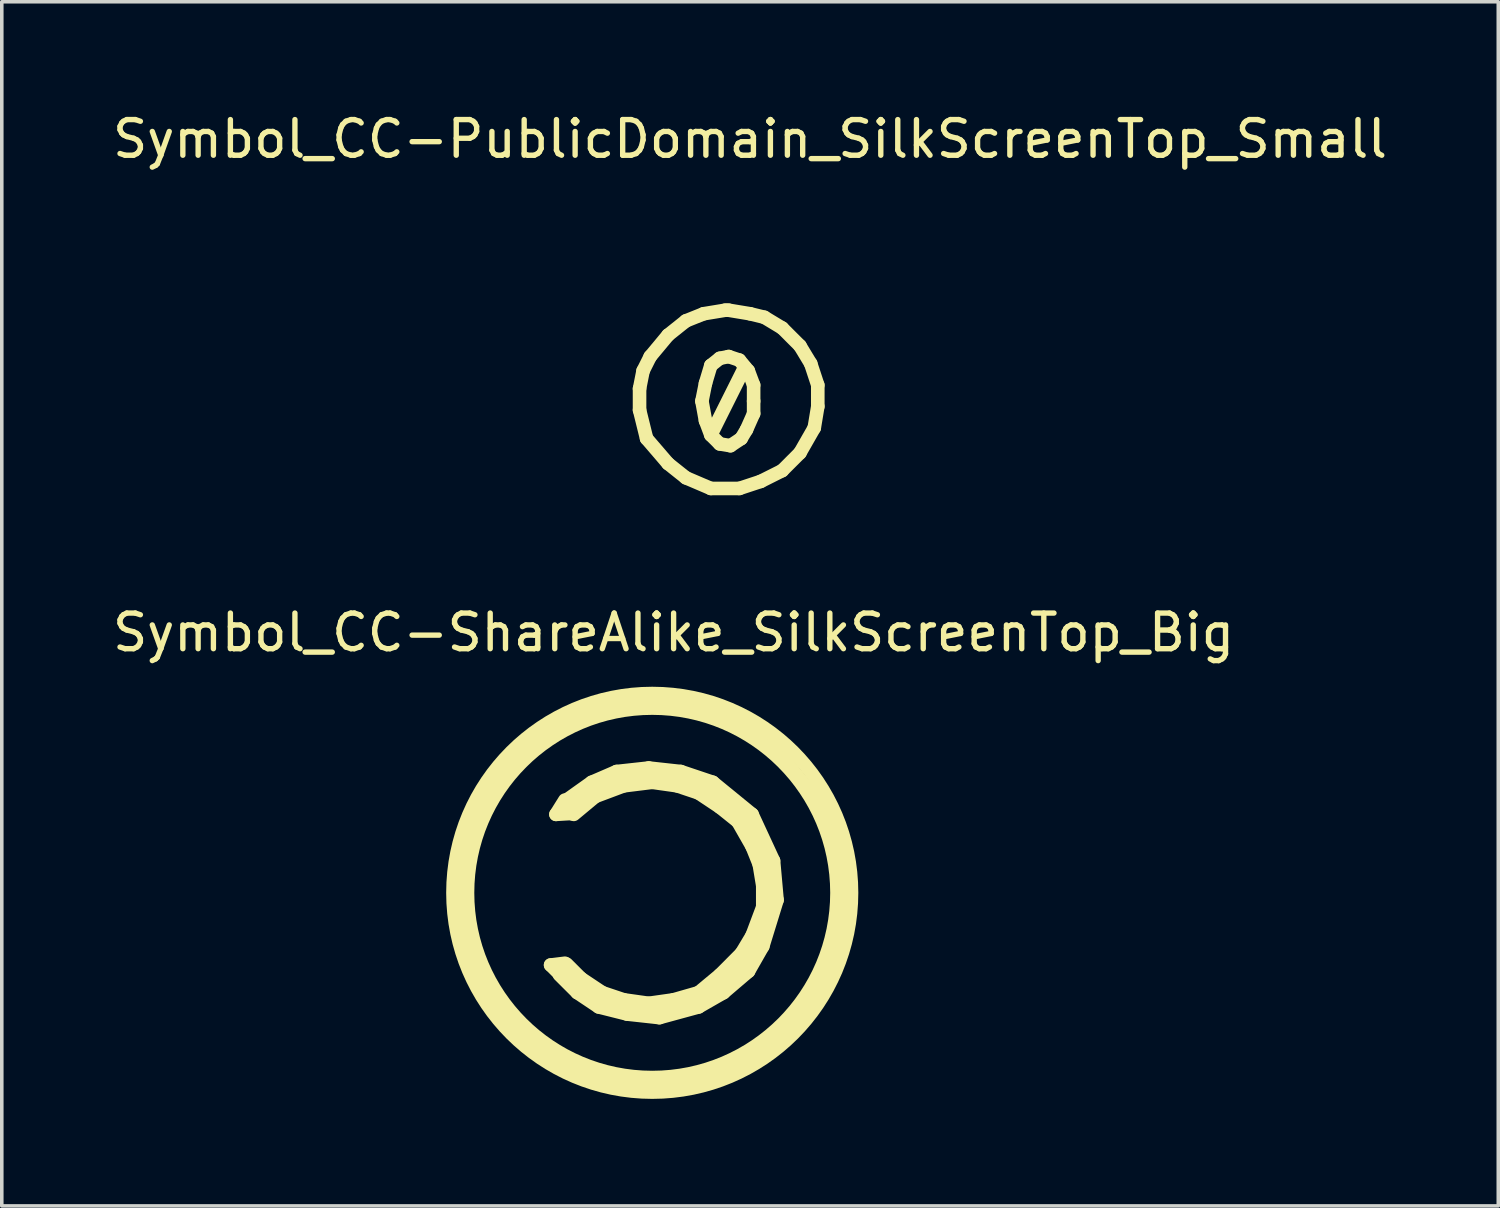
<source format=kicad_pcb>
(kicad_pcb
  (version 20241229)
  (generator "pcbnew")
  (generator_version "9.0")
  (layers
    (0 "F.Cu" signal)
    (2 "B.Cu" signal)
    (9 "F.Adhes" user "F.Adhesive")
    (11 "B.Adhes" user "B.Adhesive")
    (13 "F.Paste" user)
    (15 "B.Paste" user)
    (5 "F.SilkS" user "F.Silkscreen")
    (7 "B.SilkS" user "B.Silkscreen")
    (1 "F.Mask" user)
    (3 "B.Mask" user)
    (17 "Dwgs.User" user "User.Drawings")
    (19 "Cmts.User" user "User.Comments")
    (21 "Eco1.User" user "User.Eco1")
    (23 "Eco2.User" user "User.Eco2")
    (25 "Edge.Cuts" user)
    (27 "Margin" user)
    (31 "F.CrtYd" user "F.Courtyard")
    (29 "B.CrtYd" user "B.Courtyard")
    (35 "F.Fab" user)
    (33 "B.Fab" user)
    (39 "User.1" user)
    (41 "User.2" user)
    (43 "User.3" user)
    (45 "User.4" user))
  (footprint "Symbol_CC-ShareAlike_SilkScreenTop_Big"
    (layer "F.Cu")
    (at 15.24 21.986)
    (property "Reference" "Symbol_CC-ShareAlike_SilkScreenTop_Big" (at 0.599 -7.3 0) (layer "F.SilkS") (effects (font (size 1 1) (thickness 0.15))))
    (attr exclude_from_pos_files exclude_from_bom)
    (fp_line (start -5.4 0.099) (end -5.199 1.3) (stroke (width 0.381) (type solid)) (layer "F.SilkS"))
    (fp_line (start -5.301 -1.1) (end -5.4 0.099) (stroke (width 0.381) (type solid)) (layer "F.SilkS"))
    (fp_line (start -5.199 1.3) (end -4.801 2.4) (stroke (width 0.381) (type solid)) (layer "F.SilkS"))
    (fp_line (start -5.001 -2.101) (end -5.301 -1.1) (stroke (width 0.381) (type solid)) (layer "F.SilkS"))
    (fp_line (start -4.801 2.4) (end -3.8 3.899) (stroke (width 0.381) (type solid)) (layer "F.SilkS"))
    (fp_line (start -4.501 -3) (end -5.001 -2.101) (stroke (width 0.381) (type solid)) (layer "F.SilkS"))
    (fp_line (start -4 -3.599) (end -4.501 -3) (stroke (width 0.381) (type solid)) (layer "F.SilkS"))
    (fp_line (start -3.8 3.899) (end -2.601 4.801) (stroke (width 0.381) (type solid)) (layer "F.SilkS"))
    (fp_line (start -3.299 -4.201) (end -4 -3.599) (stroke (width 0.381) (type solid)) (layer "F.SilkS"))
    (fp_line (start -2.85 2.025) (end -2.45 1.975) (stroke (width 0.381) (type solid)) (layer "F.SilkS"))
    (fp_line (start -2.7 -4.699) (end -3.299 -4.201) (stroke (width 0.381) (type solid)) (layer "F.SilkS"))
    (fp_line (start -2.7 -2.2) (end -2.275 -2.225) (stroke (width 0.381) (type solid)) (layer "F.SilkS"))
    (fp_line (start -2.625 2.25) (end -2.85 2.025) (stroke (width 0.381) (type solid)) (layer "F.SilkS"))
    (fp_line (start -2.601 4.801) (end -1.3 5.301) (stroke (width 0.381) (type solid)) (layer "F.SilkS"))
    (fp_line (start -2.45 -2.6) (end -2.7 -2.2) (stroke (width 0.381) (type solid)) (layer "F.SilkS"))
    (fp_line (start -2.4 -2.601) (end -1.699 -3.099) (stroke (width 0.381) (type solid)) (layer "F.SilkS"))
    (fp_line (start -2.4 1.999) (end -1.999 2.4) (stroke (width 0.381) (type solid)) (layer "F.SilkS"))
    (fp_line (start -2.3 2.375) (end -1.875 2.75) (stroke (width 0.381) (type solid)) (layer "F.SilkS"))
    (fp_line (start -2.275 -2.225) (end -2.4 -2.55) (stroke (width 0.381) (type solid)) (layer "F.SilkS"))
    (fp_line (start -2.101 2.799) (end -2.601 2.301) (stroke (width 0.381) (type solid)) (layer "F.SilkS"))
    (fp_line (start -1.999 -4.9) (end -2.7 -4.699) (stroke (width 0.381) (type solid)) (layer "F.SilkS"))
    (fp_line (start -1.999 2.4) (end -1.4 2.799) (stroke (width 0.381) (type solid)) (layer "F.SilkS"))
    (fp_line (start -1.875 2.75) (end -1.85 2.75) (stroke (width 0.381) (type solid)) (layer "F.SilkS"))
    (fp_line (start -1.801 2.901) (end -0.201 3.299) (stroke (width 0.381) (type solid)) (layer "F.SilkS"))
    (fp_line (start -1.699 -3.099) (end -1.001 -3.401) (stroke (width 0.381) (type solid)) (layer "F.SilkS"))
    (fp_line (start -1.6 -2.7) (end -2.2 -2.2) (stroke (width 0.381) (type solid)) (layer "F.SilkS"))
    (fp_line (start -1.501 3.2) (end -2.101 2.799) (stroke (width 0.381) (type solid)) (layer "F.SilkS"))
    (fp_line (start -1.4 2.799) (end -0.8 3) (stroke (width 0.381) (type solid)) (layer "F.SilkS"))
    (fp_line (start -1.3 -5.1) (end -1.999 -4.9) (stroke (width 0.381) (type solid)) (layer "F.SilkS"))
    (fp_line (start -1.3 -3.099) (end -2.2 -2.499) (stroke (width 0.381) (type solid)) (layer "F.SilkS"))
    (fp_line (start -1.3 5.301) (end 0.099 5.301) (stroke (width 0.381) (type solid)) (layer "F.SilkS"))
    (fp_line (start -1.001 -3.401) (end -0.099 -3.5) (stroke (width 0.381) (type solid)) (layer "F.SilkS"))
    (fp_line (start -0.8 -3) (end -1.6 -2.7) (stroke (width 0.381) (type solid)) (layer "F.SilkS"))
    (fp_line (start -0.8 3) (end -0.099 3.099) (stroke (width 0.381) (type solid)) (layer "F.SilkS"))
    (fp_line (start -0.701 3.401) (end -1.501 3.2) (stroke (width 0.381) (type solid)) (layer "F.SilkS"))
    (fp_line (start -0.5 -5.4) (end -1.3 -5.1) (stroke (width 0.381) (type solid)) (layer "F.SilkS"))
    (fp_line (start -0.201 3.299) (end 1.3 3) (stroke (width 0.381) (type solid)) (layer "F.SilkS"))
    (fp_line (start -0.099 -3.5) (end 0.8 -3.401) (stroke (width 0.381) (type solid)) (layer "F.SilkS"))
    (fp_line (start -0.099 3.099) (end 0.599 3) (stroke (width 0.381) (type solid)) (layer "F.SilkS"))
    (fp_line (start 0 -5.4) (end -0.5 -5.4) (stroke (width 0.381) (type solid)) (layer "F.SilkS"))
    (fp_line (start 0 -3.099) (end -0.8 -3) (stroke (width 0.381) (type solid)) (layer "F.SilkS"))
    (fp_line (start 0.099 -3.299) (end -1.3 -3.099) (stroke (width 0.381) (type solid)) (layer "F.SilkS"))
    (fp_line (start 0.099 5.301) (end 1.6 5.199) (stroke (width 0.381) (type solid)) (layer "F.SilkS"))
    (fp_line (start 0.201 3.5) (end -0.701 3.401) (stroke (width 0.381) (type solid)) (layer "F.SilkS"))
    (fp_line (start 0.599 3) (end 1.3 2.799) (stroke (width 0.381) (type solid)) (layer "F.SilkS"))
    (fp_line (start 0.701 -3) (end 0 -3.099) (stroke (width 0.381) (type solid)) (layer "F.SilkS"))
    (fp_line (start 0.8 -3.401) (end 1.699 -3.099) (stroke (width 0.381) (type solid)) (layer "F.SilkS"))
    (fp_line (start 1.3 -2.799) (end 0.701 -3) (stroke (width 0.381) (type solid)) (layer "F.SilkS"))
    (fp_line (start 1.3 2.799) (end 1.9 2.301) (stroke (width 0.381) (type solid)) (layer "F.SilkS"))
    (fp_line (start 1.3 3) (end 2.301 2.301) (stroke (width 0.381) (type solid)) (layer "F.SilkS"))
    (fp_line (start 1.3 3.2) (end 0.201 3.5) (stroke (width 0.381) (type solid)) (layer "F.SilkS"))
    (fp_line (start 1.4 -5.199) (end 0 -5.301) (stroke (width 0.381) (type solid)) (layer "F.SilkS"))
    (fp_line (start 1.501 -3) (end 0.099 -3.299) (stroke (width 0.381) (type solid)) (layer "F.SilkS"))
    (fp_line (start 1.6 5.199) (end 2.601 4.699) (stroke (width 0.381) (type solid)) (layer "F.SilkS"))
    (fp_line (start 1.699 -3.099) (end 2.799 -2.2) (stroke (width 0.381) (type solid)) (layer "F.SilkS"))
    (fp_line (start 1.9 -2.4) (end 1.3 -2.799) (stroke (width 0.381) (type solid)) (layer "F.SilkS"))
    (fp_line (start 1.9 2.301) (end 2.499 1.699) (stroke (width 0.381) (type solid)) (layer "F.SilkS"))
    (fp_line (start 1.999 2.799) (end 1.3 3.2) (stroke (width 0.381) (type solid)) (layer "F.SilkS"))
    (fp_line (start 2.301 2.301) (end 3 1.199) (stroke (width 0.381) (type solid)) (layer "F.SilkS"))
    (fp_line (start 2.4 -4.801) (end 1.4 -5.199) (stroke (width 0.381) (type solid)) (layer "F.SilkS"))
    (fp_line (start 2.4 -1.999) (end 1.9 -2.4) (stroke (width 0.381) (type solid)) (layer "F.SilkS"))
    (fp_line (start 2.499 -2.2) (end 1.501 -3) (stroke (width 0.381) (type solid)) (layer "F.SilkS"))
    (fp_line (start 2.499 1.699) (end 2.799 1.199) (stroke (width 0.381) (type solid)) (layer "F.SilkS"))
    (fp_line (start 2.601 4.699) (end 4.201 3.401) (stroke (width 0.381) (type solid)) (layer "F.SilkS"))
    (fp_line (start 2.7 2.2) (end 1.999 2.799) (stroke (width 0.381) (type solid)) (layer "F.SilkS"))
    (fp_line (start 2.799 -2.2) (end 3.401 -0.899) (stroke (width 0.381) (type solid)) (layer "F.SilkS"))
    (fp_line (start 2.799 -1.3) (end 2.4 -1.999) (stroke (width 0.381) (type solid)) (layer "F.SilkS"))
    (fp_line (start 2.799 1.199) (end 3.099 0.399) (stroke (width 0.381) (type solid)) (layer "F.SilkS"))
    (fp_line (start 3 -0.8) (end 2.799 -1.3) (stroke (width 0.381) (type solid)) (layer "F.SilkS"))
    (fp_line (start 3 1.199) (end 3.299 0.201) (stroke (width 0.381) (type solid)) (layer "F.SilkS"))
    (fp_line (start 3.099 -1.001) (end 2.499 -2.2) (stroke (width 0.381) (type solid)) (layer "F.SilkS"))
    (fp_line (start 3.099 -0.201) (end 3 -0.8) (stroke (width 0.381) (type solid)) (layer "F.SilkS"))
    (fp_line (start 3.099 0.399) (end 3.099 -0.201) (stroke (width 0.381) (type solid)) (layer "F.SilkS"))
    (fp_line (start 3.099 1.501) (end 2.7 2.2) (stroke (width 0.381) (type solid)) (layer "F.SilkS"))
    (fp_line (start 3.299 0.201) (end 3.099 -1.001) (stroke (width 0.381) (type solid)) (layer "F.SilkS"))
    (fp_line (start 3.401 -4.1) (end 2.4 -4.801) (stroke (width 0.381) (type solid)) (layer "F.SilkS"))
    (fp_line (start 3.401 -0.899) (end 3.5 0.201) (stroke (width 0.381) (type solid)) (layer "F.SilkS"))
    (fp_line (start 3.5 0.201) (end 3.099 1.501) (stroke (width 0.381) (type solid)) (layer "F.SilkS"))
    (fp_line (start 4.201 3.401) (end 5.001 1.801) (stroke (width 0.381) (type solid)) (layer "F.SilkS"))
    (fp_line (start 4.699 -2.499) (end 3.401 -4.1) (stroke (width 0.381) (type solid)) (layer "F.SilkS"))
    (fp_line (start 5.001 1.801) (end 5.4 0.3) (stroke (width 0.381) (type solid)) (layer "F.SilkS"))
    (fp_line (start 5.199 -1.4) (end 4.699 -2.499) (stroke (width 0.381) (type solid)) (layer "F.SilkS"))
    (fp_line (start 5.4 0.3) (end 5.199 -1.4) (stroke (width 0.381) (type solid)) (layer "F.SilkS"))
    (fp_circle (center 0 0) (end 5.08 1.016) (stroke (width 0.381) (type solid)) (fill no) (layer "F.SilkS"))
    (fp_circle (center 0 0) (end 5.588 0) (stroke (width 0.381) (type solid)) (fill no) (layer "F.SilkS")))
  (footprint "Symbol_CC-PublicDomain_SilkScreenTop_Small"
    (layer "F.Cu")
    (at 17.383 8.148)
    (property "Reference" "Symbol_CC-PublicDomain_SilkScreenTop_Small" (at 0.599 -7.3 0) (layer "F.SilkS") (effects (font (size 1 1) (thickness 0.15))))
    (attr exclude_from_pos_files exclude_from_bom)
    (fp_line (start -2.499 -0.3) (end -2.499 0.3) (stroke (width 0.381) (type solid)) (layer "F.SilkS"))
    (fp_line (start -2.499 0.3) (end -2.301 1.1) (stroke (width 0.381) (type solid)) (layer "F.SilkS"))
    (fp_line (start -2.4 -0.8) (end -2.499 -0.3) (stroke (width 0.381) (type solid)) (layer "F.SilkS"))
    (fp_line (start -2.301 1.1) (end -1.699 1.801) (stroke (width 0.381) (type solid)) (layer "F.SilkS"))
    (fp_line (start -2.2 -1.199) (end -2.4 -0.8) (stroke (width 0.381) (type solid)) (layer "F.SilkS"))
    (fp_line (start -1.699 -1.801) (end -2.2 -1.199) (stroke (width 0.381) (type solid)) (layer "F.SilkS"))
    (fp_line (start -1.699 1.801) (end -1.199 2.2) (stroke (width 0.381) (type solid)) (layer "F.SilkS"))
    (fp_line (start -1.199 -2.2) (end -1.699 -1.801) (stroke (width 0.381) (type solid)) (layer "F.SilkS"))
    (fp_line (start -1.199 2.2) (end -0.5 2.499) (stroke (width 0.381) (type solid)) (layer "F.SilkS"))
    (fp_line (start -0.75 0.05) (end -0.65 -0.45) (stroke (width 0.381) (type solid)) (layer "F.SilkS"))
    (fp_line (start -0.701 -2.4) (end -1.199 -2.2) (stroke (width 0.381) (type solid)) (layer "F.SilkS"))
    (fp_line (start -0.65 -0.45) (end -0.5 -0.95) (stroke (width 0.381) (type solid)) (layer "F.SilkS"))
    (fp_line (start -0.65 0.6) (end -0.75 0.05) (stroke (width 0.381) (type solid)) (layer "F.SilkS"))
    (fp_line (start -0.5 2.499) (end 0.3 2.499) (stroke (width 0.381) (type solid)) (layer "F.SilkS"))
    (fp_line (start -0.5 -0.95) (end -0.25 -1.15) (stroke (width 0.381) (type solid)) (layer "F.SilkS"))
    (fp_line (start -0.5 1) (end -0.65 0.6) (stroke (width 0.381) (type solid)) (layer "F.SilkS"))
    (fp_line (start -0.25 -1.15) (end 0 -1.2) (stroke (width 0.381) (type solid)) (layer "F.SilkS"))
    (fp_line (start -0.25 1.25) (end -0.5 1) (stroke (width 0.381) (type solid)) (layer "F.SilkS"))
    (fp_line (start -0.099 -2.499) (end -0.701 -2.4) (stroke (width 0.381) (type solid)) (layer "F.SilkS"))
    (fp_line (start 0 -2.499) (end -0.099 -2.499) (stroke (width 0.381) (type solid)) (layer "F.SilkS"))
    (fp_line (start 0 -1.2) (end 0.3 -1.1) (stroke (width 0.381) (type solid)) (layer "F.SilkS"))
    (fp_line (start 0.05 1.3) (end -0.25 1.25) (stroke (width 0.381) (type solid)) (layer "F.SilkS"))
    (fp_line (start 0.3 2.499) (end 0.899 2.301) (stroke (width 0.381) (type solid)) (layer "F.SilkS"))
    (fp_line (start 0.3 -1.1) (end 0.55 -0.8) (stroke (width 0.381) (type solid)) (layer "F.SilkS"))
    (fp_line (start 0.35 1.1) (end 0.05 1.3) (stroke (width 0.381) (type solid)) (layer "F.SilkS"))
    (fp_line (start 0.45 -0.9) (end -0.45 0.9) (stroke (width 0.381) (type solid)) (layer "F.SilkS"))
    (fp_line (start 0.5 0.85) (end 0.35 1.1) (stroke (width 0.381) (type solid)) (layer "F.SilkS"))
    (fp_line (start 0.55 -0.8) (end 0.7 -0.4) (stroke (width 0.381) (type solid)) (layer "F.SilkS"))
    (fp_line (start 0.599 -2.4) (end 0 -2.499) (stroke (width 0.381) (type solid)) (layer "F.SilkS"))
    (fp_line (start 0.7 -0.4) (end 0.7 0.05) (stroke (width 0.381) (type solid)) (layer "F.SilkS"))
    (fp_line (start 0.7 0.05) (end 0.7 0.4) (stroke (width 0.381) (type solid)) (layer "F.SilkS"))
    (fp_line (start 0.7 0.4) (end 0.5 0.85) (stroke (width 0.381) (type solid)) (layer "F.SilkS"))
    (fp_line (start 0.899 2.301) (end 1.501 1.999) (stroke (width 0.381) (type solid)) (layer "F.SilkS"))
    (fp_line (start 1.001 -2.301) (end 0.599 -2.4) (stroke (width 0.381) (type solid)) (layer "F.SilkS"))
    (fp_line (start 1.501 -1.999) (end 1.001 -2.301) (stroke (width 0.381) (type solid)) (layer "F.SilkS"))
    (fp_line (start 1.501 1.999) (end 1.999 1.501) (stroke (width 0.381) (type solid)) (layer "F.SilkS"))
    (fp_line (start 1.999 -1.501) (end 1.501 -1.999) (stroke (width 0.381) (type solid)) (layer "F.SilkS"))
    (fp_line (start 1.999 1.501) (end 2.4 0.8) (stroke (width 0.381) (type solid)) (layer "F.SilkS"))
    (fp_line (start 2.301 -1.001) (end 1.999 -1.501) (stroke (width 0.381) (type solid)) (layer "F.SilkS"))
    (fp_line (start 2.4 0.8) (end 2.499 0.201) (stroke (width 0.381) (type solid)) (layer "F.SilkS"))
    (fp_line (start 2.499 -0.399) (end 2.301 -1.001) (stroke (width 0.381) (type solid)) (layer "F.SilkS"))
    (fp_line (start 2.499 0.201) (end 2.499 -0.399) (stroke (width 0.381) (type solid)) (layer "F.SilkS")))
  (gr_rect
    (start -3 -3)
    (end 38.964 30.765)
    (stroke (width 0.1) (type default))
    (fill no)
    (layer "Edge.Cuts")))
</source>
